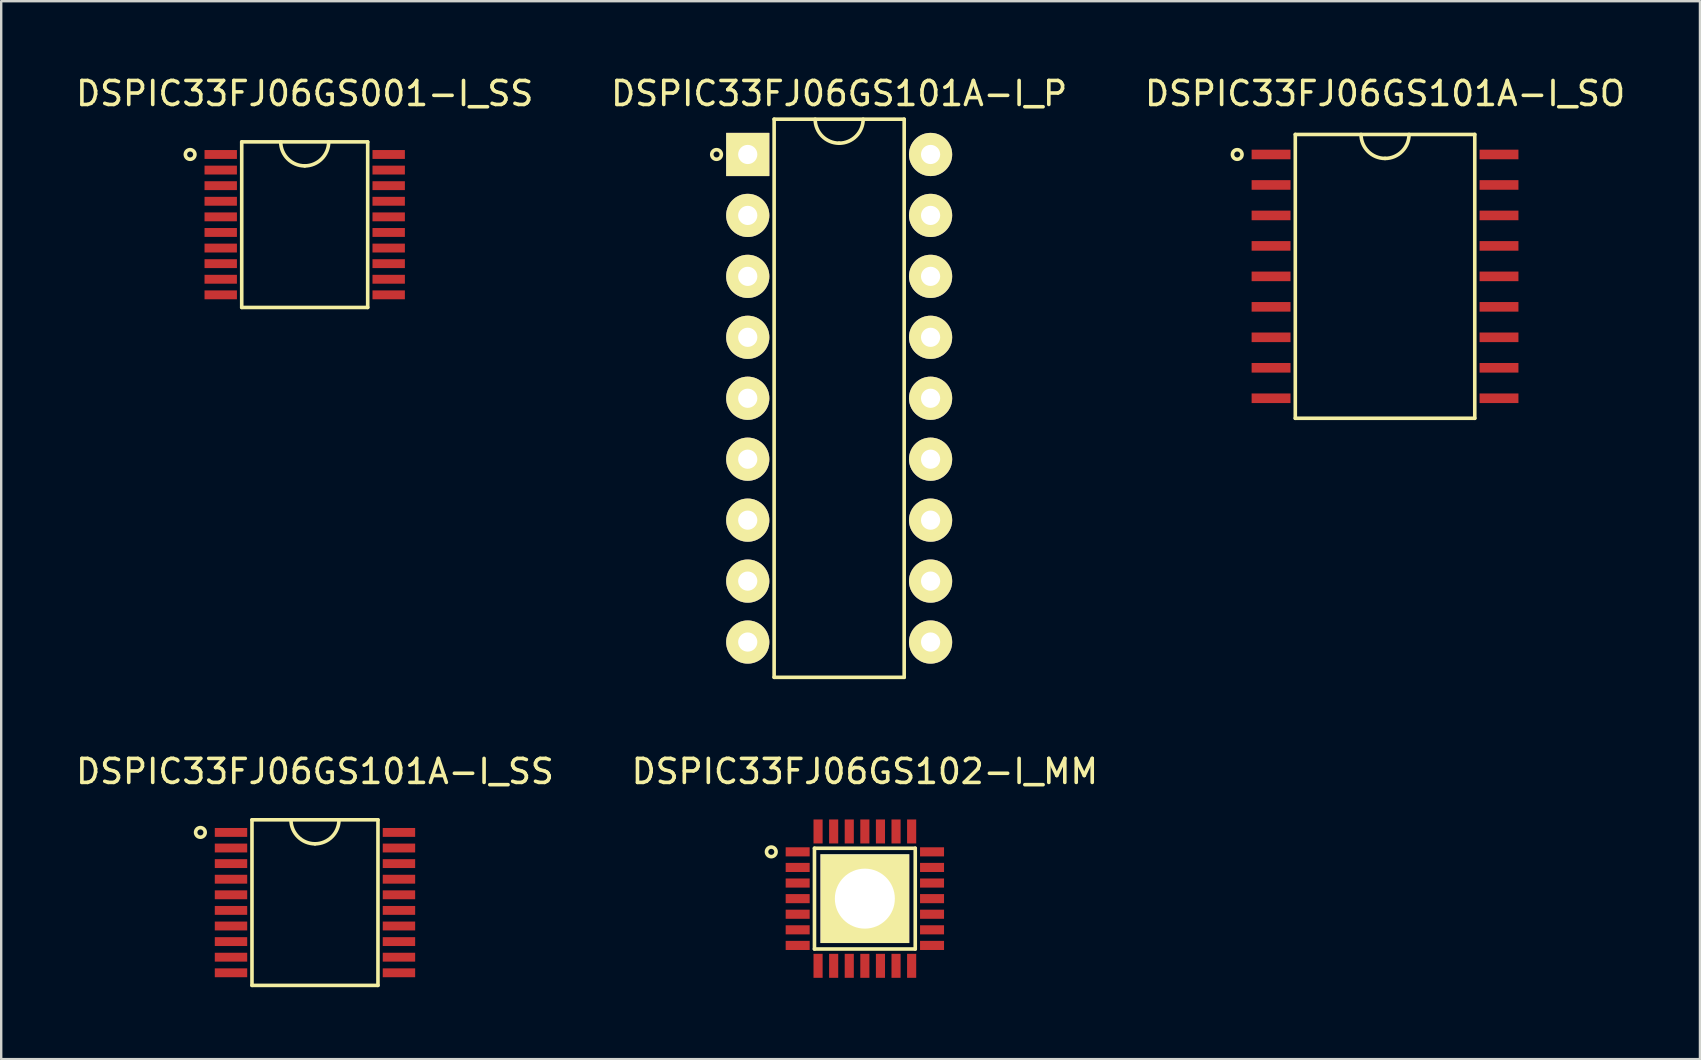
<source format=kicad_pcb>
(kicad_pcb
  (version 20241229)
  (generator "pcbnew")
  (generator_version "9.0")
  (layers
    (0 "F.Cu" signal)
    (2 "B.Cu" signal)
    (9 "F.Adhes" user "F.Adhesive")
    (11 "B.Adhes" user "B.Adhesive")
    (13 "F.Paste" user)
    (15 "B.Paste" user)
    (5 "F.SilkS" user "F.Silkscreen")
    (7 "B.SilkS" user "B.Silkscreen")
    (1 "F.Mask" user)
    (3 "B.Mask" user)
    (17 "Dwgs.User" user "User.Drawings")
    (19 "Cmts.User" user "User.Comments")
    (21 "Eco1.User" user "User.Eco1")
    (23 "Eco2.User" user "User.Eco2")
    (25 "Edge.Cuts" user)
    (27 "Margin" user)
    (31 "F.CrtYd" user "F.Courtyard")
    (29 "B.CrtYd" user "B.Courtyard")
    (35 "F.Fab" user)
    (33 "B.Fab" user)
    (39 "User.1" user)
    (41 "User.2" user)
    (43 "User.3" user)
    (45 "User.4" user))
  (footprint "DSPIC33FJ06GS101A-I_P"
    (layer "F.Cu")
    (at 28.113 3.388)
    (property "Reference" "DSPIC33FJ06GS101A-I_P" (at 3.81 -2.54 0) (layer "F.SilkS") (effects (font (size 1 1) (thickness 0.15))))
    (attr through_hole)
    (fp_line (start 1.1 -1.47) (end 6.52 -1.47) (stroke (width 0.15) (type solid)) (layer "F.SilkS"))
    (fp_line (start 1.1 21.79) (end 1.1 -1.47) (stroke (width 0.15) (type solid)) (layer "F.SilkS"))
    (fp_line (start 6.52 -1.47) (end 6.52 21.79) (stroke (width 0.15) (type solid)) (layer "F.SilkS"))
    (fp_line (start 6.52 21.79) (end 1.1 21.79) (stroke (width 0.15) (type solid)) (layer "F.SilkS"))
    (fp_arc (start 3.81 -0.47) (mid 3.102893 -0.762893) (end 2.81 -1.47) (stroke (width 0.15) (type solid)) (layer "F.SilkS"))
    (fp_arc (start 4.81 -1.47) (mid 4.517107 -0.762893) (end 3.81 -0.47) (stroke (width 0.15) (type solid)) (layer "F.SilkS"))
    (fp_circle (center -1.3 0) (end -1.3 0.2) (stroke (width 0.15) (type solid)) (fill no) (layer "F.SilkS"))
    (pad "1" thru_hole rect (at 0 0) (size 1.8 1.8) (drill 0.8) (layers "*.Cu" "*.Mask" "F.SilkS"))
    (pad "2" thru_hole circle (at 0 2.54) (size 1.8 1.8) (drill 0.8) (layers "*.Cu" "*.Mask" "F.SilkS"))
    (pad "3" thru_hole circle (at 0 5.08) (size 1.8 1.8) (drill 0.8) (layers "*.Cu" "*.Mask" "F.SilkS"))
    (pad "4" thru_hole circle (at 0 7.62) (size 1.8 1.8) (drill 0.8) (layers "*.Cu" "*.Mask" "F.SilkS"))
    (pad "5" thru_hole circle (at 0 10.16) (size 1.8 1.8) (drill 0.8) (layers "*.Cu" "*.Mask" "F.SilkS"))
    (pad "6" thru_hole circle (at 0 12.7) (size 1.8 1.8) (drill 0.8) (layers "*.Cu" "*.Mask" "F.SilkS"))
    (pad "7" thru_hole circle (at 0 15.24) (size 1.8 1.8) (drill 0.8) (layers "*.Cu" "*.Mask" "F.SilkS"))
    (pad "8" thru_hole circle (at 0 17.78) (size 1.8 1.8) (drill 0.8) (layers "*.Cu" "*.Mask" "F.SilkS"))
    (pad "9" thru_hole circle (at 0 20.32) (size 1.8 1.8) (drill 0.8) (layers "*.Cu" "*.Mask" "F.SilkS"))
    (pad "10" thru_hole circle (at 7.62 20.32) (size 1.8 1.8) (drill 0.8) (layers "*.Cu" "*.Mask" "F.SilkS"))
    (pad "11" thru_hole circle (at 7.62 17.78) (size 1.8 1.8) (drill 0.8) (layers "*.Cu" "*.Mask" "F.SilkS"))
    (pad "12" thru_hole circle (at 7.62 15.24) (size 1.8 1.8) (drill 0.8) (layers "*.Cu" "*.Mask" "F.SilkS"))
    (pad "13" thru_hole circle (at 7.62 12.7) (size 1.8 1.8) (drill 0.8) (layers "*.Cu" "*.Mask" "F.SilkS"))
    (pad "14" thru_hole circle (at 7.62 10.16) (size 1.8 1.8) (drill 0.8) (layers "*.Cu" "*.Mask" "F.SilkS"))
    (pad "15" thru_hole circle (at 7.62 7.62) (size 1.8 1.8) (drill 0.8) (layers "*.Cu" "*.Mask" "F.SilkS"))
    (pad "16" thru_hole circle (at 7.62 5.08) (size 1.8 1.8) (drill 0.8) (layers "*.Cu" "*.Mask" "F.SilkS"))
    (pad "17" thru_hole circle (at 7.62 2.54) (size 1.8 1.8) (drill 0.8) (layers "*.Cu" "*.Mask" "F.SilkS"))
    (pad "18" thru_hole circle (at 7.62 0) (size 1.8 1.8) (drill 0.8) (layers "*.Cu" "*.Mask" "F.SilkS")))
  (footprint "DSPIC33FJ06GS102-I_MM"
    (layer "F.Cu")
    (at 30.194 31.602)
    (property "Reference" "DSPIC33FJ06GS102-I_MM" (at 2.8 -2.5 0) (layer "F.SilkS") (effects (font (size 1 1) (thickness 0.15))))
    (attr through_hole)
    (fp_line (start 0.7 0.7) (end 0.7 4.9) (stroke (width 0.15) (type solid)) (layer "F.SilkS"))
    (fp_line (start 0.7 0.7) (end 4.9 0.7) (stroke (width 0.15) (type solid)) (layer "F.SilkS"))
    (fp_line (start 0.7 4.9) (end 4.9 4.9) (stroke (width 0.15) (type solid)) (layer "F.SilkS"))
    (fp_line (start 4.9 4.9) (end 4.9 0.7) (stroke (width 0.15) (type solid)) (layer "F.SilkS"))
    (fp_circle (center -1.1 0.85) (end -1.1 0.65) (stroke (width 0.15) (type solid)) (fill no) (layer "F.SilkS"))
    (fp_circle (center 1.7 1.7) (end 1.7 1.2) (stroke (width 0.15) (type solid)) (fill no) (layer "F.SilkS"))
    (pad "1" smd rect (at 0 0.85) (size 1 0.38) (layers "F.Cu" "F.Mask" "F.Paste"))
    (pad "2" smd rect (at 0 1.5) (size 1 0.38) (layers "F.Cu" "F.Mask" "F.Paste"))
    (pad "3" smd rect (at 0 2.15) (size 1 0.38) (layers "F.Cu" "F.Mask" "F.Paste"))
    (pad "4" smd rect (at 0 2.8) (size 1 0.38) (layers "F.Cu" "F.Mask" "F.Paste"))
    (pad "5" smd rect (at 0 3.45) (size 1 0.38) (layers "F.Cu" "F.Mask" "F.Paste"))
    (pad "6" smd rect (at 0 4.1) (size 1 0.38) (layers "F.Cu" "F.Mask" "F.Paste"))
    (pad "7" smd rect (at 0 4.75) (size 1 0.38) (layers "F.Cu" "F.Mask" "F.Paste"))
    (pad "8" smd rect (at 0.85 5.6) (size 0.38 1) (layers "F.Cu" "F.Mask" "F.Paste"))
    (pad "9" smd rect (at 1.5 5.6) (size 0.38 1) (layers "F.Cu" "F.Mask" "F.Paste"))
    (pad "10" smd rect (at 2.15 5.6) (size 0.38 1) (layers "F.Cu" "F.Mask" "F.Paste"))
    (pad "11" smd rect (at 2.8 5.6) (size 0.38 1) (layers "F.Cu" "F.Mask" "F.Paste"))
    (pad "12" smd rect (at 3.45 5.6) (size 0.38 1) (layers "F.Cu" "F.Mask" "F.Paste"))
    (pad "13" smd rect (at 4.1 5.6) (size 0.38 1) (layers "F.Cu" "F.Mask" "F.Paste"))
    (pad "14" smd rect (at 4.75 5.6) (size 0.38 1) (layers "F.Cu" "F.Mask" "F.Paste"))
    (pad "15" smd rect (at 5.6 4.75) (size 1 0.38) (layers "F.Cu" "F.Mask" "F.Paste"))
    (pad "16" smd rect (at 5.6 4.1) (size 1 0.38) (layers "F.Cu" "F.Mask" "F.Paste"))
    (pad "17" smd rect (at 5.6 3.45) (size 1 0.38) (layers "F.Cu" "F.Mask" "F.Paste"))
    (pad "18" smd rect (at 5.6 2.8) (size 1 0.38) (layers "F.Cu" "F.Mask" "F.Paste"))
    (pad "19" smd rect (at 5.6 2.15) (size 1 0.38) (layers "F.Cu" "F.Mask" "F.Paste"))
    (pad "20" smd rect (at 5.6 1.5) (size 1 0.38) (layers "F.Cu" "F.Mask" "F.Paste"))
    (pad "21" smd rect (at 5.6 0.85) (size 1 0.38) (layers "F.Cu" "F.Mask" "F.Paste"))
    (pad "22" smd rect (at 4.75 0) (size 0.38 1) (layers "F.Cu" "F.Mask" "F.Paste"))
    (pad "23" smd rect (at 4.1 0) (size 0.38 1) (layers "F.Cu" "F.Mask" "F.Paste"))
    (pad "24" smd rect (at 3.45 0) (size 0.38 1) (layers "F.Cu" "F.Mask" "F.Paste"))
    (pad "25" smd rect (at 2.8 0) (size 0.38 1) (layers "F.Cu" "F.Mask" "F.Paste"))
    (pad "26" smd rect (at 2.15 0) (size 0.38 1) (layers "F.Cu" "F.Mask" "F.Paste"))
    (pad "27" smd rect (at 1.5 0) (size 0.38 1) (layers "F.Cu" "F.Mask" "F.Paste"))
    (pad "28" smd rect (at 0.85 0) (size 0.38 1) (layers "F.Cu" "F.Mask" "F.Paste"))
    (pad "999" thru_hole rect (at 2.8 2.8) (size 3.7 3.7) (drill 2.5) (layers "*.Cu" "*.Mask" "F.SilkS")))
  (footprint "DSPIC33FJ06GS101A-I_SO"
    (layer "F.Cu")
    (at 49.923 3.388)
    (property "Reference" "DSPIC33FJ06GS101A-I_SO" (at 4.75 -2.54 0) (layer "F.SilkS") (effects (font (size 1 1) (thickness 0.15))))
    (attr through_hole)
    (fp_line (start 1.01 -0.835) (end 8.49 -0.835) (stroke (width 0.15) (type solid)) (layer "F.SilkS"))
    (fp_line (start 1.01 10.995) (end 1.01 -0.835) (stroke (width 0.15) (type solid)) (layer "F.SilkS"))
    (fp_line (start 8.49 -0.835) (end 8.49 10.995) (stroke (width 0.15) (type solid)) (layer "F.SilkS"))
    (fp_line (start 8.49 10.995) (end 1.01 10.995) (stroke (width 0.15) (type solid)) (layer "F.SilkS"))
    (fp_arc (start 4.75 0.165) (mid 4.042893 -0.127893) (end 3.75 -0.835) (stroke (width 0.15) (type solid)) (layer "F.SilkS"))
    (fp_arc (start 5.75 -0.835) (mid 5.457107 -0.127893) (end 4.75 0.165) (stroke (width 0.15) (type solid)) (layer "F.SilkS"))
    (fp_circle (center -1.41 0) (end -1.41 0.2) (stroke (width 0.15) (type solid)) (fill no) (layer "F.SilkS"))
    (pad "1" smd rect (at 0 0) (size 1.62 0.4) (layers "F.Cu" "F.Mask" "F.Paste"))
    (pad "2" smd rect (at 0 1.27) (size 1.62 0.4) (layers "F.Cu" "F.Mask" "F.Paste"))
    (pad "3" smd rect (at 0 2.54) (size 1.62 0.4) (layers "F.Cu" "F.Mask" "F.Paste"))
    (pad "4" smd rect (at 0 3.81) (size 1.62 0.4) (layers "F.Cu" "F.Mask" "F.Paste"))
    (pad "5" smd rect (at 0 5.08) (size 1.62 0.4) (layers "F.Cu" "F.Mask" "F.Paste"))
    (pad "6" smd rect (at 0 6.35) (size 1.62 0.4) (layers "F.Cu" "F.Mask" "F.Paste"))
    (pad "7" smd rect (at 0 7.62) (size 1.62 0.4) (layers "F.Cu" "F.Mask" "F.Paste"))
    (pad "8" smd rect (at 0 8.89) (size 1.62 0.4) (layers "F.Cu" "F.Mask" "F.Paste"))
    (pad "9" smd rect (at 0 10.16) (size 1.62 0.4) (layers "F.Cu" "F.Mask" "F.Paste"))
    (pad "10" smd rect (at 9.5 10.16) (size 1.62 0.4) (layers "F.Cu" "F.Mask" "F.Paste"))
    (pad "11" smd rect (at 9.5 8.89) (size 1.62 0.4) (layers "F.Cu" "F.Mask" "F.Paste"))
    (pad "12" smd rect (at 9.5 7.62) (size 1.62 0.4) (layers "F.Cu" "F.Mask" "F.Paste"))
    (pad "13" smd rect (at 9.5 6.35) (size 1.62 0.4) (layers "F.Cu" "F.Mask" "F.Paste"))
    (pad "14" smd rect (at 9.5 5.08) (size 1.62 0.4) (layers "F.Cu" "F.Mask" "F.Paste"))
    (pad "15" smd rect (at 9.5 3.81) (size 1.62 0.4) (layers "F.Cu" "F.Mask" "F.Paste"))
    (pad "16" smd rect (at 9.5 2.54) (size 1.62 0.4) (layers "F.Cu" "F.Mask" "F.Paste"))
    (pad "17" smd rect (at 9.5 1.27) (size 1.62 0.4) (layers "F.Cu" "F.Mask" "F.Paste"))
    (pad "18" smd rect (at 9.5 0) (size 1.62 0.4) (layers "F.Cu" "F.Mask" "F.Paste")))
  (footprint "DSPIC33FJ06GS101A-I_SS"
    (layer "F.Cu")
    (at 6.577 31.642)
    (property "Reference" "DSPIC33FJ06GS101A-I_SS" (at 3.5 -2.54 0) (layer "F.SilkS") (effects (font (size 1 1) (thickness 0.15))))
    (attr through_hole)
    (fp_line (start 0.875 -0.525) (end 6.125 -0.525) (stroke (width 0.15) (type solid)) (layer "F.SilkS"))
    (fp_line (start 0.875 6.375) (end 0.875 -0.525) (stroke (width 0.15) (type solid)) (layer "F.SilkS"))
    (fp_line (start 6.125 -0.525) (end 6.125 6.375) (stroke (width 0.15) (type solid)) (layer "F.SilkS"))
    (fp_line (start 6.125 6.375) (end 0.875 6.375) (stroke (width 0.15) (type solid)) (layer "F.SilkS"))
    (fp_arc (start 3.5 0.475) (mid 2.792893 0.182107) (end 2.5 -0.525) (stroke (width 0.15) (type solid)) (layer "F.SilkS"))
    (fp_arc (start 4.5 -0.525) (mid 4.207107 0.182107) (end 3.5 0.475) (stroke (width 0.15) (type solid)) (layer "F.SilkS"))
    (fp_circle (center -1.275 0) (end -1.275 0.2) (stroke (width 0.15) (type solid)) (fill no) (layer "F.SilkS"))
    (pad "1" smd rect (at 0 0) (size 1.35 0.37) (layers "F.Cu" "F.Mask" "F.Paste"))
    (pad "2" smd rect (at 0 0.65) (size 1.35 0.37) (layers "F.Cu" "F.Mask" "F.Paste"))
    (pad "3" smd rect (at 0 1.3) (size 1.35 0.37) (layers "F.Cu" "F.Mask" "F.Paste"))
    (pad "4" smd rect (at 0 1.95) (size 1.35 0.37) (layers "F.Cu" "F.Mask" "F.Paste"))
    (pad "5" smd rect (at 0 2.6) (size 1.35 0.37) (layers "F.Cu" "F.Mask" "F.Paste"))
    (pad "6" smd rect (at 0 3.25) (size 1.35 0.37) (layers "F.Cu" "F.Mask" "F.Paste"))
    (pad "7" smd rect (at 0 3.9) (size 1.35 0.37) (layers "F.Cu" "F.Mask" "F.Paste"))
    (pad "8" smd rect (at 0 4.55) (size 1.35 0.37) (layers "F.Cu" "F.Mask" "F.Paste"))
    (pad "9" smd rect (at 0 5.2) (size 1.35 0.37) (layers "F.Cu" "F.Mask" "F.Paste"))
    (pad "10" smd rect (at 0 5.85) (size 1.35 0.37) (layers "F.Cu" "F.Mask" "F.Paste"))
    (pad "11" smd rect (at 7 5.85) (size 1.35 0.37) (layers "F.Cu" "F.Mask" "F.Paste"))
    (pad "12" smd rect (at 7 5.2) (size 1.35 0.37) (layers "F.Cu" "F.Mask" "F.Paste"))
    (pad "13" smd rect (at 7 4.55) (size 1.35 0.37) (layers "F.Cu" "F.Mask" "F.Paste"))
    (pad "14" smd rect (at 7 3.9) (size 1.35 0.37) (layers "F.Cu" "F.Mask" "F.Paste"))
    (pad "15" smd rect (at 7 3.25) (size 1.35 0.37) (layers "F.Cu" "F.Mask" "F.Paste"))
    (pad "16" smd rect (at 7 2.6) (size 1.35 0.37) (layers "F.Cu" "F.Mask" "F.Paste"))
    (pad "17" smd rect (at 7 1.95) (size 1.35 0.37) (layers "F.Cu" "F.Mask" "F.Paste"))
    (pad "18" smd rect (at 7 1.3) (size 1.35 0.37) (layers "F.Cu" "F.Mask" "F.Paste"))
    (pad "19" smd rect (at 7 0.65) (size 1.35 0.37) (layers "F.Cu" "F.Mask" "F.Paste"))
    (pad "20" smd rect (at 7 0) (size 1.35 0.37) (layers "F.Cu" "F.Mask" "F.Paste")))
  (footprint "DSPIC33FJ06GS001-I_SS"
    (layer "F.Cu")
    (at 6.149 3.388)
    (property "Reference" "DSPIC33FJ06GS001-I_SS" (at 3.5 -2.54 0) (layer "F.SilkS") (effects (font (size 1 1) (thickness 0.15))))
    (attr through_hole)
    (fp_line (start 0.875 -0.525) (end 6.125 -0.525) (stroke (width 0.15) (type solid)) (layer "F.SilkS"))
    (fp_line (start 0.875 6.375) (end 0.875 -0.525) (stroke (width 0.15) (type solid)) (layer "F.SilkS"))
    (fp_line (start 6.125 -0.525) (end 6.125 6.375) (stroke (width 0.15) (type solid)) (layer "F.SilkS"))
    (fp_line (start 6.125 6.375) (end 0.875 6.375) (stroke (width 0.15) (type solid)) (layer "F.SilkS"))
    (fp_arc (start 3.5 0.475) (mid 2.792893 0.182107) (end 2.5 -0.525) (stroke (width 0.15) (type solid)) (layer "F.SilkS"))
    (fp_arc (start 4.5 -0.525) (mid 4.207107 0.182107) (end 3.5 0.475) (stroke (width 0.15) (type solid)) (layer "F.SilkS"))
    (fp_circle (center -1.275 0) (end -1.275 0.2) (stroke (width 0.15) (type solid)) (fill no) (layer "F.SilkS"))
    (pad "1" smd rect (at 0 0) (size 1.35 0.37) (layers "F.Cu" "F.Mask" "F.Paste"))
    (pad "2" smd rect (at 0 0.65) (size 1.35 0.37) (layers "F.Cu" "F.Mask" "F.Paste"))
    (pad "3" smd rect (at 0 1.3) (size 1.35 0.37) (layers "F.Cu" "F.Mask" "F.Paste"))
    (pad "4" smd rect (at 0 1.95) (size 1.35 0.37) (layers "F.Cu" "F.Mask" "F.Paste"))
    (pad "5" smd rect (at 0 2.6) (size 1.35 0.37) (layers "F.Cu" "F.Mask" "F.Paste"))
    (pad "6" smd rect (at 0 3.25) (size 1.35 0.37) (layers "F.Cu" "F.Mask" "F.Paste"))
    (pad "7" smd rect (at 0 3.9) (size 1.35 0.37) (layers "F.Cu" "F.Mask" "F.Paste"))
    (pad "8" smd rect (at 0 4.55) (size 1.35 0.37) (layers "F.Cu" "F.Mask" "F.Paste"))
    (pad "9" smd rect (at 0 5.2) (size 1.35 0.37) (layers "F.Cu" "F.Mask" "F.Paste"))
    (pad "10" smd rect (at 0 5.85) (size 1.35 0.37) (layers "F.Cu" "F.Mask" "F.Paste"))
    (pad "11" smd rect (at 7 5.85) (size 1.35 0.37) (layers "F.Cu" "F.Mask" "F.Paste"))
    (pad "12" smd rect (at 7 5.2) (size 1.35 0.37) (layers "F.Cu" "F.Mask" "F.Paste"))
    (pad "13" smd rect (at 7 4.55) (size 1.35 0.37) (layers "F.Cu" "F.Mask" "F.Paste"))
    (pad "14" smd rect (at 7 3.9) (size 1.35 0.37) (layers "F.Cu" "F.Mask" "F.Paste"))
    (pad "15" smd rect (at 7 3.25) (size 1.35 0.37) (layers "F.Cu" "F.Mask" "F.Paste"))
    (pad "16" smd rect (at 7 2.6) (size 1.35 0.37) (layers "F.Cu" "F.Mask" "F.Paste"))
    (pad "17" smd rect (at 7 1.95) (size 1.35 0.37) (layers "F.Cu" "F.Mask" "F.Paste"))
    (pad "18" smd rect (at 7 1.3) (size 1.35 0.37) (layers "F.Cu" "F.Mask" "F.Paste"))
    (pad "19" smd rect (at 7 0.65) (size 1.35 0.37) (layers "F.Cu" "F.Mask" "F.Paste"))
    (pad "20" smd rect (at 7 0) (size 1.35 0.37) (layers "F.Cu" "F.Mask" "F.Paste")))
  (gr_rect
    (start -3 -3)
    (end 67.798 41.092)
    (stroke (width 0.1) (type default))
    (fill no)
    (layer "Edge.Cuts")))
</source>
